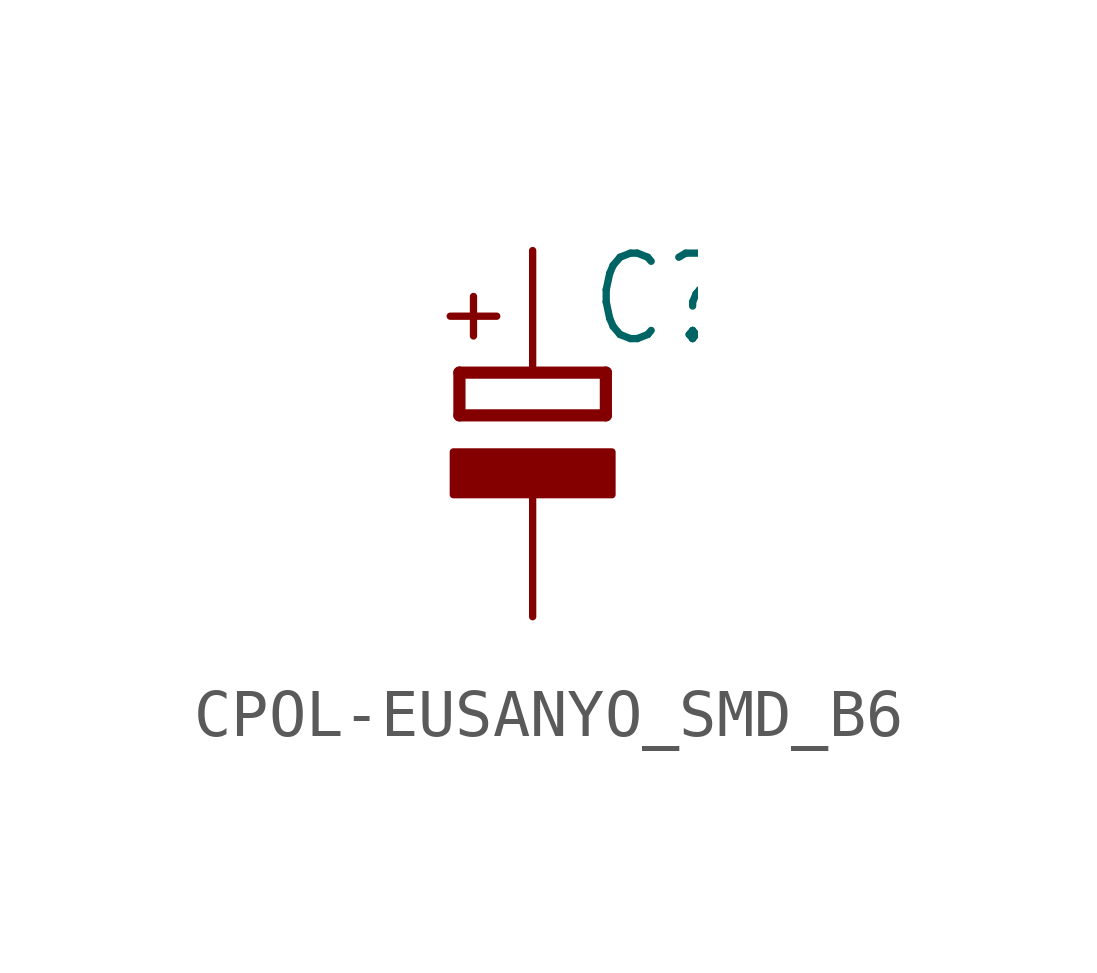
<source format=kicad_sym>
(kicad_symbol_lib
  (version 20231120)
  (generator "kicad_symbol_editor")
  (generator_version "8.0")
  (symbol "CPOL-EUSANYO_SMD_B6"
    (property "Reference" "C"
      (at 1.143 0.483 0)
      (effects (font (size 1.778 1.511)) (justify left bottom)))
    (property "Value" ""
      (at 1.143 -4.597 0)
      (effects (font (size 1.778 1.511)) (justify left bottom)))
    (property "ki_locked" ""
      (at 0 0 0)
      (effects (font (size 1.27 1.27))))
    (symbol "CPOL-EUSANYO_SMD_B6_1_0"
      (rectangle (start -1.651 -2.54) (end 1.651 -1.651) (stroke (width 0) (type default)) (fill (type outline)))
      (polyline (pts (xy -1.524 -0.889) (xy 1.524 -0.889)) (stroke (width 0.254) (type solid)) (fill (type none)))
      (polyline (pts (xy -1.524 0) (xy -1.524 -0.889)) (stroke (width 0.254) (type solid)) (fill (type none)))
      (polyline (pts (xy -1.524 0) (xy 1.524 0)) (stroke (width 0.254) (type solid)) (fill (type none)))
      (polyline (pts (xy 1.524 -0.889) (xy 1.524 0)) (stroke (width 0.254) (type solid)) (fill (type none)))
      (text "+" (at -0.584 0.406 900) (effects (font (size 1.27 1.079)) (justify left bottom)))
      (pin passive line (at 0 2.54 270) (length 2.54) (name "+" (effects (font (size 0 0)))) (number "+" (effects (font (size 0 0)))))
      (pin passive line (at 0 -5.08 90) (length 2.54) (name "-" (effects (font (size 0 0)))) (number "-" (effects (font (size 0 0))))))))
</source>
